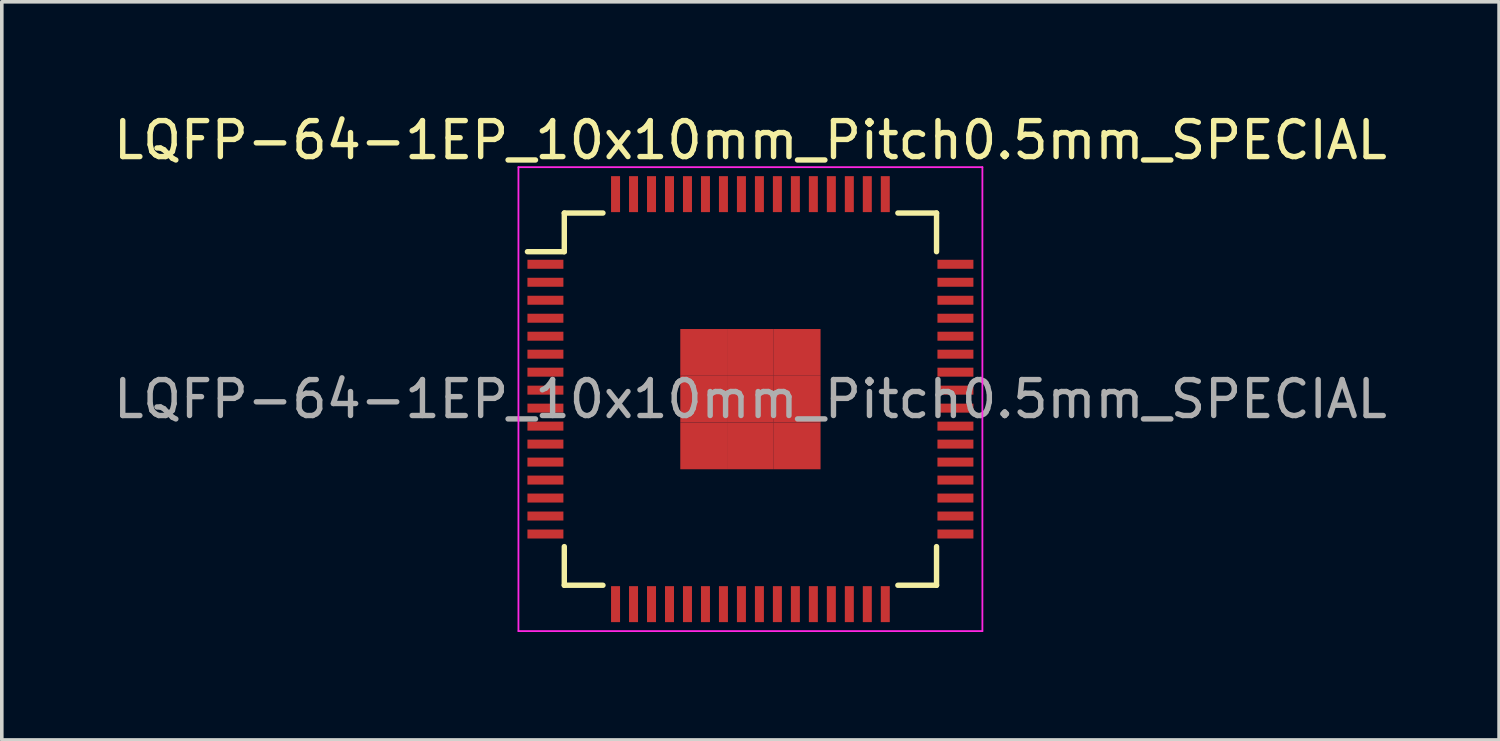
<source format=kicad_pcb>
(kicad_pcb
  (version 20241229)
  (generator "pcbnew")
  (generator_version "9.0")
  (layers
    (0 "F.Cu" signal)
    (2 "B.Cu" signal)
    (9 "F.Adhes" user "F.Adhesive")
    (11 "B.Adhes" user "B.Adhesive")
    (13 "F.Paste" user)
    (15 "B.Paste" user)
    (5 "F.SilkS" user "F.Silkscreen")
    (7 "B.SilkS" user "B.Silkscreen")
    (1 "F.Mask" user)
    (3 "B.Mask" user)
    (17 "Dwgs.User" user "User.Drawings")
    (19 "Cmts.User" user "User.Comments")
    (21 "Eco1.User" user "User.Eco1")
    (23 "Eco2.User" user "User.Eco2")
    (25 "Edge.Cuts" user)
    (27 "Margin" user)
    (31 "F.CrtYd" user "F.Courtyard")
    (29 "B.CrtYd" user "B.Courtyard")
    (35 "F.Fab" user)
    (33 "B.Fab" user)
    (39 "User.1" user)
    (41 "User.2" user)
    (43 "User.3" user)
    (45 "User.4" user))
  (footprint "LQFP-64-1EP_10x10mm_Pitch0.5mm_SPECIAL"
    (layer "F.Cu")
    (at 17.815 8.048)
    (property "Reference" "LQFP-64-1EP_10x10mm_Pitch0.5mm_SPECIAL" (at 0 -7.2 0) (layer "F.SilkS") (effects (font (size 1 1) (thickness 0.15))))
    (attr smd)
    (fp_line (start -5.175 -5.175) (end -5.175 -4.1) (stroke (width 0.15) (type solid)) (layer "F.SilkS"))
    (fp_line (start -5.175 -5.175) (end -4.1 -5.175) (stroke (width 0.15) (type solid)) (layer "F.SilkS"))
    (fp_line (start -5.175 -4.1) (end -6.2 -4.1) (stroke (width 0.15) (type solid)) (layer "F.SilkS"))
    (fp_line (start -5.175 5.175) (end -5.175 4.1) (stroke (width 0.15) (type solid)) (layer "F.SilkS"))
    (fp_line (start -5.175 5.175) (end -4.1 5.175) (stroke (width 0.15) (type solid)) (layer "F.SilkS"))
    (fp_line (start 5.175 -5.175) (end 4.1 -5.175) (stroke (width 0.15) (type solid)) (layer "F.SilkS"))
    (fp_line (start 5.175 -5.175) (end 5.175 -4.1) (stroke (width 0.15) (type solid)) (layer "F.SilkS"))
    (fp_line (start 5.175 5.175) (end 4.1 5.175) (stroke (width 0.15) (type solid)) (layer "F.SilkS"))
    (fp_line (start 5.175 5.175) (end 5.175 4.1) (stroke (width 0.15) (type solid)) (layer "F.SilkS"))
    (fp_line (start -6.45 -6.45) (end -6.45 6.45) (stroke (width 0.05) (type solid)) (layer "F.CrtYd"))
    (fp_line (start -6.45 -6.45) (end 6.45 -6.45) (stroke (width 0.05) (type solid)) (layer "F.CrtYd"))
    (fp_line (start -6.45 6.45) (end 6.45 6.45) (stroke (width 0.05) (type solid)) (layer "F.CrtYd"))
    (fp_line (start 6.45 -6.45) (end 6.45 6.45) (stroke (width 0.05) (type solid)) (layer "F.CrtYd"))
    (fp_text user "${REFERENCE}" (at 0 0 0) (layer "F.Fab") (effects (font (size 1 1) (thickness 0.15))))
    (pad "1" smd rect (at -5.7 -3.75) (size 1 0.25) (layers "F.Cu" "F.Mask" "F.Paste"))
    (pad "2" smd rect (at -5.7 -3.25) (size 1 0.25) (layers "F.Cu" "F.Mask" "F.Paste"))
    (pad "3" smd rect (at -5.7 -2.75) (size 1 0.25) (layers "F.Cu" "F.Mask" "F.Paste"))
    (pad "4" smd rect (at -5.7 -2.25) (size 1 0.25) (layers "F.Cu" "F.Mask" "F.Paste"))
    (pad "5" smd rect (at -5.7 -1.75) (size 1 0.25) (layers "F.Cu" "F.Mask" "F.Paste"))
    (pad "6" smd rect (at -5.7 -1.25) (size 1 0.25) (layers "F.Cu" "F.Mask" "F.Paste"))
    (pad "7" smd rect (at -5.7 -0.75) (size 1 0.25) (layers "F.Cu" "F.Mask" "F.Paste"))
    (pad "8" smd rect (at -5.7 -0.25) (size 1 0.25) (layers "F.Cu" "F.Mask" "F.Paste"))
    (pad "9" smd rect (at -5.7 0.25) (size 1 0.25) (layers "F.Cu" "F.Mask" "F.Paste"))
    (pad "10" smd rect (at -5.7 0.75) (size 1 0.25) (layers "F.Cu" "F.Mask" "F.Paste"))
    (pad "11" smd rect (at -5.7 1.25) (size 1 0.25) (layers "F.Cu" "F.Mask" "F.Paste"))
    (pad "12" smd rect (at -5.7 1.75) (size 1 0.25) (layers "F.Cu" "F.Mask" "F.Paste"))
    (pad "13" smd rect (at -5.7 2.25) (size 1 0.25) (layers "F.Cu" "F.Mask" "F.Paste"))
    (pad "14" smd rect (at -5.7 2.75) (size 1 0.25) (layers "F.Cu" "F.Mask" "F.Paste"))
    (pad "15" smd rect (at -5.7 3.25) (size 1 0.25) (layers "F.Cu" "F.Mask" "F.Paste"))
    (pad "16" smd rect (at -5.7 3.75) (size 1 0.25) (layers "F.Cu" "F.Mask" "F.Paste"))
    (pad "17" smd rect (at -3.75 5.7 90) (size 1 0.25) (layers "F.Cu" "F.Mask" "F.Paste"))
    (pad "18" smd rect (at -3.25 5.7 90) (size 1 0.25) (layers "F.Cu" "F.Mask" "F.Paste"))
    (pad "19" smd rect (at -2.75 5.7 90) (size 1 0.25) (layers "F.Cu" "F.Mask" "F.Paste"))
    (pad "20" smd rect (at -2.25 5.7 90) (size 1 0.25) (layers "F.Cu" "F.Mask" "F.Paste"))
    (pad "21" smd rect (at -1.75 5.7 90) (size 1 0.25) (layers "F.Cu" "F.Mask" "F.Paste"))
    (pad "22" smd rect (at -1.25 5.7 90) (size 1 0.25) (layers "F.Cu" "F.Mask" "F.Paste"))
    (pad "23" smd rect (at -0.75 5.7 90) (size 1 0.25) (layers "F.Cu" "F.Mask" "F.Paste"))
    (pad "24" smd rect (at -0.25 5.7 90) (size 1 0.25) (layers "F.Cu" "F.Mask" "F.Paste"))
    (pad "25" smd rect (at 0.25 5.7 90) (size 1 0.25) (layers "F.Cu" "F.Mask" "F.Paste"))
    (pad "26" smd rect (at 0.75 5.7 90) (size 1 0.25) (layers "F.Cu" "F.Mask" "F.Paste"))
    (pad "27" smd rect (at 1.25 5.7 90) (size 1 0.25) (layers "F.Cu" "F.Mask" "F.Paste"))
    (pad "28" smd rect (at 1.75 5.7 90) (size 1 0.25) (layers "F.Cu" "F.Mask" "F.Paste"))
    (pad "29" smd rect (at 2.25 5.7 90) (size 1 0.25) (layers "F.Cu" "F.Mask" "F.Paste"))
    (pad "30" smd rect (at 2.75 5.7 90) (size 1 0.25) (layers "F.Cu" "F.Mask" "F.Paste"))
    (pad "31" smd rect (at 3.25 5.7 90) (size 1 0.25) (layers "F.Cu" "F.Mask" "F.Paste"))
    (pad "32" smd rect (at 3.75 5.7 90) (size 1 0.25) (layers "F.Cu" "F.Mask" "F.Paste"))
    (pad "33" smd rect (at 5.7 3.75) (size 1 0.25) (layers "F.Cu" "F.Mask" "F.Paste"))
    (pad "34" smd rect (at 5.7 3.25) (size 1 0.25) (layers "F.Cu" "F.Mask" "F.Paste"))
    (pad "35" smd rect (at 5.7 2.75) (size 1 0.25) (layers "F.Cu" "F.Mask" "F.Paste"))
    (pad "36" smd rect (at 5.7 2.25) (size 1 0.25) (layers "F.Cu" "F.Mask" "F.Paste"))
    (pad "37" smd rect (at 5.7 1.75) (size 1 0.25) (layers "F.Cu" "F.Mask" "F.Paste"))
    (pad "38" smd rect (at 5.7 1.25) (size 1 0.25) (layers "F.Cu" "F.Mask" "F.Paste"))
    (pad "39" smd rect (at 5.7 0.75) (size 1 0.25) (layers "F.Cu" "F.Mask" "F.Paste"))
    (pad "40" smd rect (at 5.7 0.25) (size 1 0.25) (layers "F.Cu" "F.Mask" "F.Paste"))
    (pad "41" smd rect (at 5.7 -0.25) (size 1 0.25) (layers "F.Cu" "F.Mask" "F.Paste"))
    (pad "42" smd rect (at 5.7 -0.75) (size 1 0.25) (layers "F.Cu" "F.Mask" "F.Paste"))
    (pad "43" smd rect (at 5.7 -1.25) (size 1 0.25) (layers "F.Cu" "F.Mask" "F.Paste"))
    (pad "44" smd rect (at 5.7 -1.75) (size 1 0.25) (layers "F.Cu" "F.Mask" "F.Paste"))
    (pad "45" smd rect (at 5.7 -2.25) (size 1 0.25) (layers "F.Cu" "F.Mask" "F.Paste"))
    (pad "46" smd rect (at 5.7 -2.75) (size 1 0.25) (layers "F.Cu" "F.Mask" "F.Paste"))
    (pad "47" smd rect (at 5.7 -3.25) (size 1 0.25) (layers "F.Cu" "F.Mask" "F.Paste"))
    (pad "48" smd rect (at 5.7 -3.75) (size 1 0.25) (layers "F.Cu" "F.Mask" "F.Paste"))
    (pad "49" smd rect (at 3.75 -5.7 90) (size 1 0.25) (layers "F.Cu" "F.Mask" "F.Paste"))
    (pad "50" smd rect (at 3.25 -5.7 90) (size 1 0.25) (layers "F.Cu" "F.Mask" "F.Paste"))
    (pad "51" smd rect (at 2.75 -5.7 90) (size 1 0.25) (layers "F.Cu" "F.Mask" "F.Paste"))
    (pad "52" smd rect (at 2.25 -5.7 90) (size 1 0.25) (layers "F.Cu" "F.Mask" "F.Paste"))
    (pad "53" smd rect (at 1.75 -5.7 90) (size 1 0.25) (layers "F.Cu" "F.Mask" "F.Paste"))
    (pad "54" smd rect (at 1.25 -5.7 90) (size 1 0.25) (layers "F.Cu" "F.Mask" "F.Paste"))
    (pad "55" smd rect (at 0.75 -5.7 90) (size 1 0.25) (layers "F.Cu" "F.Mask" "F.Paste"))
    (pad "56" smd rect (at 0.25 -5.7 90) (size 1 0.25) (layers "F.Cu" "F.Mask" "F.Paste"))
    (pad "57" smd rect (at -0.25 -5.7 90) (size 1 0.25) (layers "F.Cu" "F.Mask" "F.Paste"))
    (pad "58" smd rect (at -0.75 -5.7 90) (size 1 0.25) (layers "F.Cu" "F.Mask" "F.Paste"))
    (pad "59" smd rect (at -1.25 -5.7 90) (size 1 0.25) (layers "F.Cu" "F.Mask" "F.Paste"))
    (pad "60" smd rect (at -1.75 -5.7 90) (size 1 0.25) (layers "F.Cu" "F.Mask" "F.Paste"))
    (pad "61" smd rect (at -2.25 -5.7 90) (size 1 0.25) (layers "F.Cu" "F.Mask" "F.Paste"))
    (pad "62" smd rect (at -2.75 -5.7 90) (size 1 0.25) (layers "F.Cu" "F.Mask" "F.Paste"))
    (pad "63" smd rect (at -3.25 -5.7 90) (size 1 0.25) (layers "F.Cu" "F.Mask" "F.Paste"))
    (pad "64" smd rect (at -3.75 -5.7 90) (size 1 0.25) (layers "F.Cu" "F.Mask" "F.Paste"))
    (pad "65" smd rect (at -1.3 -1.3) (size 1.3 1.3) (layers "F.Cu" "F.Mask" "F.Paste"))
    (pad "65" smd rect (at -1.3 0) (size 1.3 1.3) (layers "F.Cu" "F.Mask" "F.Paste"))
    (pad "65" smd rect (at -1.3 1.3) (size 1.3 1.3) (layers "F.Cu" "F.Mask" "F.Paste"))
    (pad "65" smd rect (at 0 -1.3) (size 1.3 1.3) (layers "F.Cu" "F.Mask" "F.Paste"))
    (pad "65" smd rect (at 0 0) (size 1.3 1.3) (layers "F.Cu" "F.Mask" "F.Paste"))
    (pad "65" smd rect (at 0 1.3) (size 1.3 1.3) (layers "F.Cu" "F.Mask" "F.Paste"))
    (pad "65" smd rect (at 1.3 -1.3) (size 1.3 1.3) (layers "F.Cu" "F.Mask" "F.Paste"))
    (pad "65" smd rect (at 1.3 0) (size 1.3 1.3) (layers "F.Cu" "F.Mask" "F.Paste"))
    (pad "65" smd rect (at 1.3 1.3) (size 1.3 1.3) (layers "F.Cu" "F.Mask" "F.Paste")))
  (gr_rect
    (start -3 -3)
    (end 38.631 17.523)
    (stroke (width 0.1) (type default))
    (fill no)
    (layer "Edge.Cuts")))
</source>
